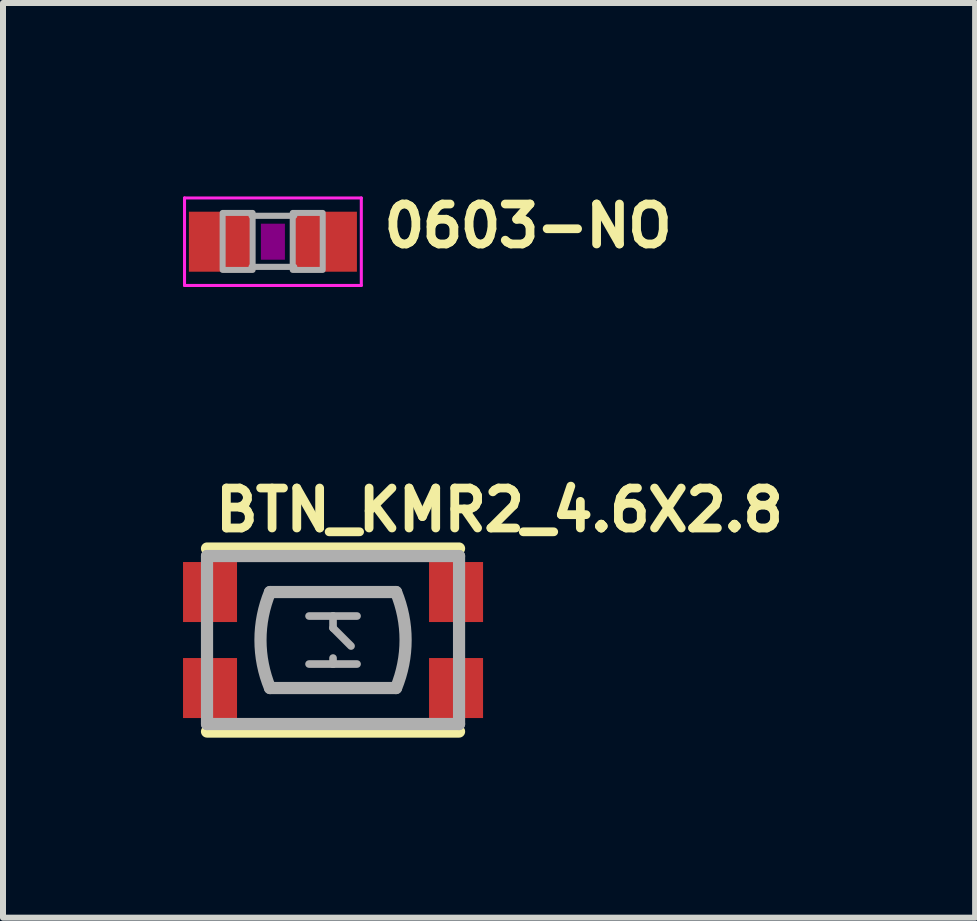
<source format=kicad_pcb>
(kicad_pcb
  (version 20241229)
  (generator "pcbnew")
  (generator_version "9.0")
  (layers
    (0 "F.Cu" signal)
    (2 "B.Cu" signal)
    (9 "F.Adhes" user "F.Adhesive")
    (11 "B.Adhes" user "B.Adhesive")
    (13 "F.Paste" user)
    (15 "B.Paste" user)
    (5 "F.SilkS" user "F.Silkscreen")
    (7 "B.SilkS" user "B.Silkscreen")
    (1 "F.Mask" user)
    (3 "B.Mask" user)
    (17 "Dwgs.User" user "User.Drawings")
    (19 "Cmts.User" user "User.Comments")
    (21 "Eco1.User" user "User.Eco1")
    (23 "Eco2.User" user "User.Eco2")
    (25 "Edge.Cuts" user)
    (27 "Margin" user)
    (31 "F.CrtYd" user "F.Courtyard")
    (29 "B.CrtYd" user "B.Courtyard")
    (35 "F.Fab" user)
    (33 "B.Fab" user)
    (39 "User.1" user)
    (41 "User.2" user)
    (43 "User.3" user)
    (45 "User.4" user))
  (footprint "0603-NO"
    (layer "F.Cu")
    (at 1.498 0.978)
    (property "Reference" "0603-NO" (at 1.778 0.127 0) (layer "F.SilkS") (effects (font (size 0.666 0.666) (thickness 0.146)) (justify left bottom)))
    (fp_poly (pts (xy -0.2 0.3) (xy 0.2 0.3) (xy 0.2 -0.3) (xy -0.2 -0.3)) (stroke (width 0) (type default)) (fill yes) (layer "F.Adhes"))
    (fp_line (start -1.473 -0.729) (end 1.473 -0.729) (stroke (width 0.051) (type solid)) (layer "F.CrtYd"))
    (fp_line (start -1.473 0.729) (end -1.473 -0.729) (stroke (width 0.051) (type solid)) (layer "F.CrtYd"))
    (fp_line (start 1.473 -0.729) (end 1.473 0.729) (stroke (width 0.051) (type solid)) (layer "F.CrtYd"))
    (fp_line (start 1.473 0.729) (end -1.473 0.729) (stroke (width 0.051) (type solid)) (layer "F.CrtYd"))
    (fp_line (start -0.356 -0.432) (end 0.356 -0.432) (stroke (width 0.102) (type solid)) (layer "F.Fab"))
    (fp_line (start -0.356 0.419) (end 0.356 0.419) (stroke (width 0.102) (type solid)) (layer "F.Fab"))
    (fp_poly (pts (xy -0.838 0.47) (xy -0.338 0.47) (xy -0.338 -0.48) (xy -0.838 -0.48)) (stroke (width 0.1) (type default)) (fill no) (layer "F.Fab"))
    (fp_poly (pts (xy 0.33 0.47) (xy 0.83 0.47) (xy 0.83 -0.48) (xy 0.33 -0.48)) (stroke (width 0.1) (type default)) (fill no) (layer "F.Fab"))
    (pad "1" smd rect (at -0.85 0) (size 1.1 1) (layers "F.Cu" "F.Mask" "F.Paste"))
    (pad "2" smd rect (at 0.85 0) (size 1.1 1) (layers "F.Cu" "F.Mask" "F.Paste")))
  (footprint "BTN_KMR2_4.6X2.8"
    (layer "F.Cu")
    (at 2.5 7.616)
    (property "Reference" "BTN_KMR2_4.6X2.8" (at -2.032 -1.778 0) (layer "F.SilkS") (effects (font (size 0.666 0.666) (thickness 0.146)) (justify left bottom)))
    (fp_line (start -2.1 -1.525) (end 2.1 -1.525) (stroke (width 0.203) (type solid)) (layer "F.SilkS"))
    (fp_line (start 2.1 1.525) (end -2.1 1.525) (stroke (width 0.203) (type solid)) (layer "F.SilkS"))
    (fp_line (start -2.1 -1.4) (end 2.1 -1.4) (stroke (width 0.203) (type solid)) (layer "F.Fab"))
    (fp_line (start -2.1 1.4) (end -2.1 -1.4) (stroke (width 0.203) (type solid)) (layer "F.Fab"))
    (fp_line (start -1.05 -0.8) (end 1.05 -0.8) (stroke (width 0.203) (type solid)) (layer "F.Fab"))
    (fp_line (start -0.4 -0.4) (end 0 -0.4) (stroke (width 0.127) (type solid)) (layer "F.Fab"))
    (fp_line (start -0.4 0.4) (end 0 0.4) (stroke (width 0.127) (type solid)) (layer "F.Fab"))
    (fp_line (start 0 -0.4) (end 0 -0.2) (stroke (width 0.127) (type solid)) (layer "F.Fab"))
    (fp_line (start 0 -0.4) (end 0.4 -0.4) (stroke (width 0.127) (type solid)) (layer "F.Fab"))
    (fp_line (start 0 -0.2) (end 0.3 0.1) (stroke (width 0.127) (type solid)) (layer "F.Fab"))
    (fp_line (start 0 0.4) (end 0 0.3) (stroke (width 0.127) (type solid)) (layer "F.Fab"))
    (fp_line (start 0 0.4) (end 0.4 0.4) (stroke (width 0.127) (type solid)) (layer "F.Fab"))
    (fp_line (start 1.05 0.8) (end -1.05 0.8) (stroke (width 0.203) (type solid)) (layer "F.Fab"))
    (fp_line (start 2.1 -1.4) (end 2.1 1.4) (stroke (width 0.203) (type solid)) (layer "F.Fab"))
    (fp_line (start 2.1 1.4) (end -2.1 1.4) (stroke (width 0.203) (type solid)) (layer "F.Fab"))
    (fp_arc (start -1.05 0.8) (mid -1.209128 0) (end -1.05 -0.799999) (stroke (width 0.2032) (type solid)) (layer "F.Fab"))
    (fp_arc (start 1.05 -0.8) (mid 1.209128 0) (end 1.05 0.799999) (stroke (width 0.2032) (type solid)) (layer "F.Fab"))
    (pad "A" smd rect (at 2.05 -0.8) (size 0.9 1) (layers "F.Cu" "F.Mask" "F.Paste"))
    (pad "A'" smd rect (at -2.05 -0.8) (size 0.9 1) (layers "F.Cu" "F.Mask" "F.Paste"))
    (pad "B" smd rect (at 2.05 0.8) (size 0.9 1) (layers "F.Cu" "F.Mask" "F.Paste"))
    (pad "B'" smd rect (at -2.05 0.8) (size 0.9 1) (layers "F.Cu" "F.Mask" "F.Paste")))
  (gr_rect
    (start -3 -3)
    (end 13.2 12.243)
    (stroke (width 0.1) (type default))
    (fill no)
    (layer "Edge.Cuts")))
</source>
